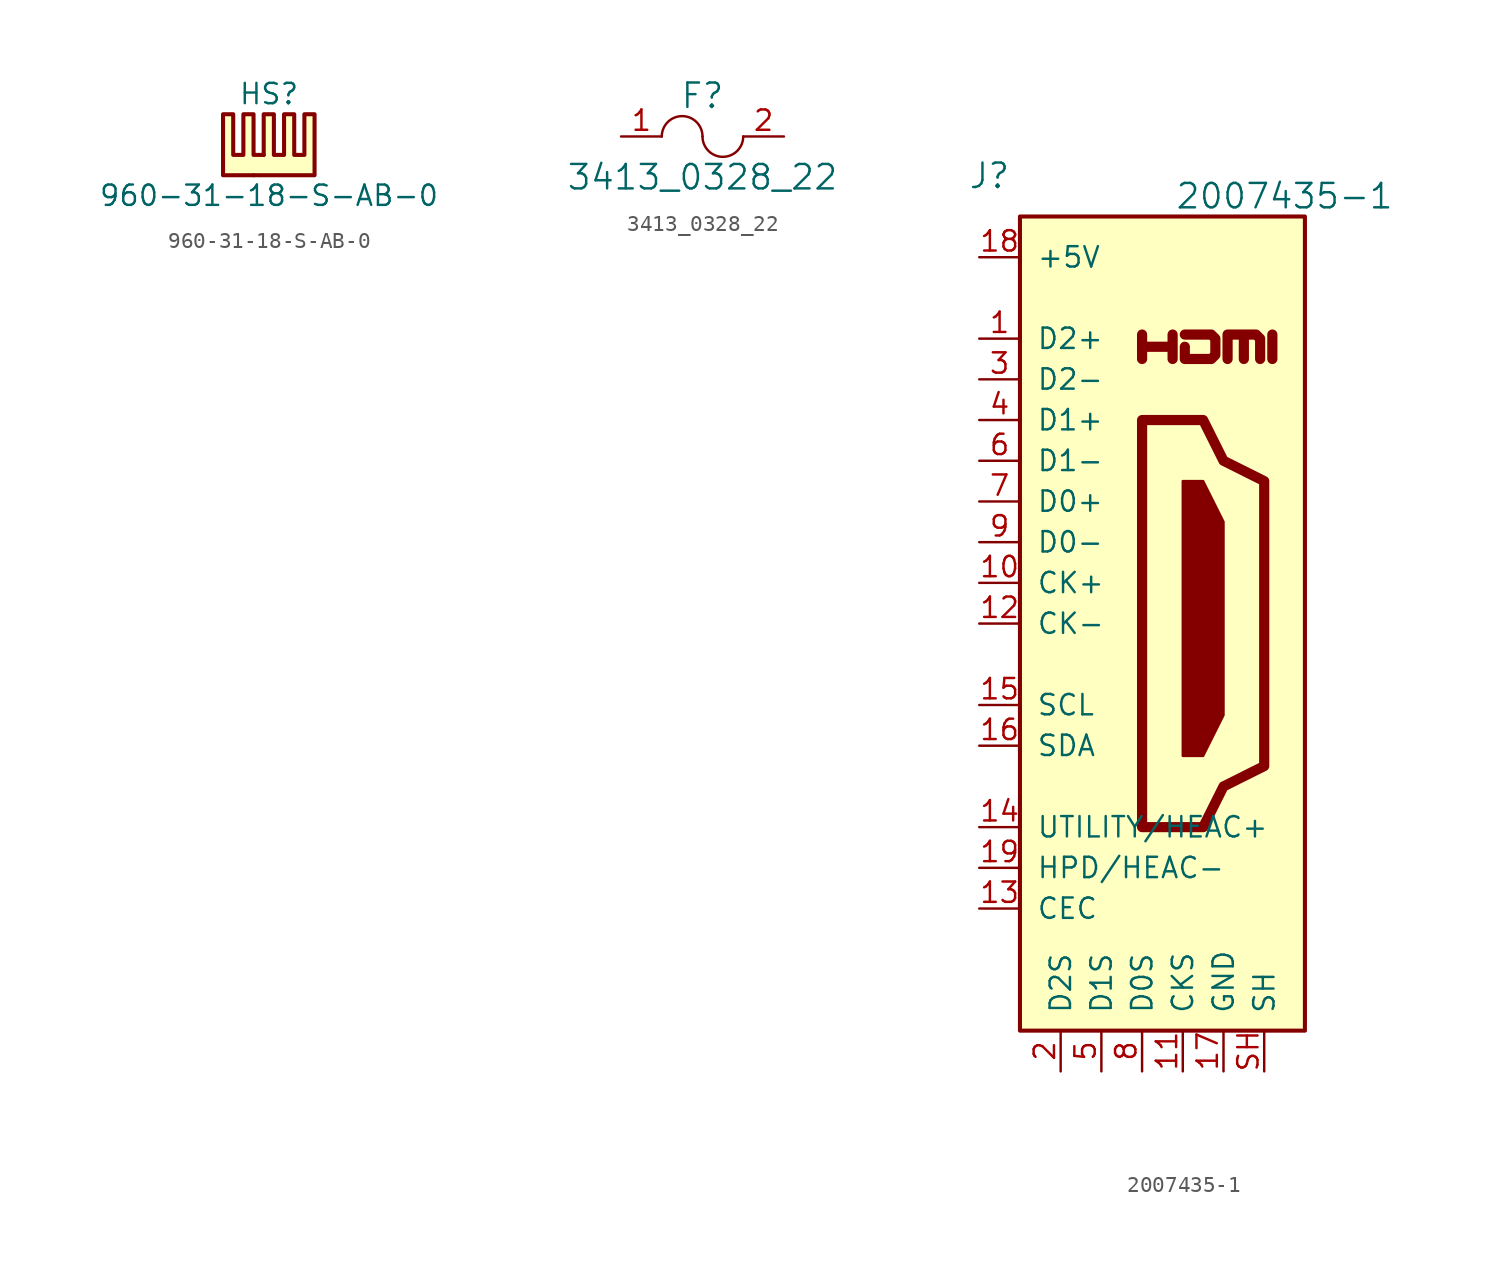
<source format=kicad_sym>
(kicad_symbol_lib
  (version 20211014)
  (generator kicad_symbol_editor)
  (symbol "960-31-18-S-AB-0"
    (pin_names
      (offset 1.016))
    (property "Reference" "HS"
      (at 0 5.08 0)
      (effects (font (size 1.27 1.27))))
    (property "Value" "960-31-18-S-AB-0"
      (at 0 -1.27 0)
      (effects (font (size 1.27 1.27))))
    (symbol "960-31-18-S-AB-0_0_1"
      (polyline (pts (xy -0.33 1.27) (xy -0.965 1.27) (xy -0.965 3.81) (xy -1.6 3.81) (xy -1.6 1.27) (xy -2.235 1.27) (xy -2.235 3.81) (xy -2.87 3.81) (xy -2.87 0) (xy -0.965 0)) (stroke (width 0.254) (type default) (color 0 0 0 0)) (fill (type background)))
      (polyline (pts (xy -0.33 1.27) (xy -0.33 3.81) (xy 0.305 3.81) (xy 0.305 1.27) (xy 0.94 1.27) (xy 0.94 3.81) (xy 1.575 3.81) (xy 1.575 1.27) (xy 2.21 1.27) (xy 2.21 3.81) (xy 2.845 3.81) (xy 2.845 0) (xy -0.965 0)) (stroke (width 0.254) (type default) (color 0 0 0 0)) (fill (type background)))))
  (symbol "3413_0328_22"
    (pin_names
      (offset 1.016))
    (property "Reference" "F"
      (at 0 2.54 0)
      (effects (font (size 1.524 1.524))))
    (property "Value" "3413_0328_22"
      (at 0 -2.54 0)
      (effects (font (size 1.524 1.524))))
    (symbol "3413_0328_22_0_1"
      (arc (start 0 0) (mid -1.27 1.27) (end -2.54 0) (stroke (width 0) (type default) (color 0 0 0 0)) (fill (type none)))
      (arc (start 0 0) (mid 1.27 -1.27) (end 2.54 0) (stroke (width 0) (type default) (color 0 0 0 0)) (fill (type none))))
    (symbol "3413_0328_22_1_1"
      (pin output line (at -5.08 0 0) (length 2.54) (name "~" (effects (font (size 1.27 1.27)))) (number "1" (effects (font (size 1.27 1.27)))))
      (pin output line (at 5.08 0 180) (length 2.54) (name "~" (effects (font (size 1.27 1.27)))) (number "2" (effects (font (size 1.27 1.27)))))))
  (symbol "2007435-1"
    (pin_names
      (offset 1.016))
    (property "Reference" "J"
      (at -9.525 30.48 0)
      (effects (font (size 1.524 1.524))))
    (property "Value" "2007435-1"
      (at 8.89 29.21 0)
      (effects (font (size 1.524 1.524))))
    (symbol "2007435-1_0_0"
      (polyline (pts (xy 8.128 19.05) (xy 8.128 20.574)) (stroke (width 0.635) (type default) (color 0 0 0 0)) (fill (type none)))
      (polyline (pts (xy 0 19.05) (xy 0 20.574) (xy 0 19.812) (xy 1.905 19.812) (xy 1.905 20.574) (xy 1.905 19.05)) (stroke (width 0.635) (type default) (color 0 0 0 0)) (fill (type none)))
      (polyline (pts (xy 2.667 20.574) (xy 4.318 20.574) (xy 4.572 20.32) (xy 4.572 19.304) (xy 4.318 19.05) (xy 2.667 19.05) (xy 2.667 19.812)) (stroke (width 0.635) (type default) (color 0 0 0 0)) (fill (type none))))
    (symbol "2007435-1_0_1"
      (rectangle (start -7.62 27.94) (end 10.16 -22.86) (stroke (width 0.254) (type default) (color 0 0 0 0)) (fill (type background)))
      (polyline (pts (xy 2.54 11.43) (xy 3.81 11.43) (xy 5.08 8.89) (xy 5.08 -3.175) (xy 3.81 -5.715) (xy 2.54 -5.715) (xy 2.54 11.43)) (stroke (width 0) (type default) (color 0 0 0 0)) (fill (type outline)))
      (polyline (pts (xy 5.334 19.05) (xy 5.334 20.574) (xy 6.35 20.574) (xy 6.35 19.05) (xy 6.35 20.574) (xy 7.112 20.574) (xy 7.366 20.32) (xy 7.366 19.05)) (stroke (width 0.635) (type default) (color 0 0 0 0)) (fill (type none)))
      (polyline (pts (xy 0 15.24) (xy 0 -10.16) (xy 3.81 -10.16) (xy 5.08 -7.62) (xy 7.62 -6.35) (xy 7.62 11.43) (xy 5.08 12.7) (xy 3.81 15.24) (xy 0 15.24)) (stroke (width 0.635) (type default) (color 0 0 0 0)) (fill (type none))))
    (symbol "2007435-1_1_1"
      (pin passive line (at -10.16 20.32 0) (length 2.54) (name "D2+" (effects (font (size 1.27 1.27)))) (number "1" (effects (font (size 1.27 1.27)))))
      (pin passive line (at -10.16 5.08 0) (length 2.54) (name "CK+" (effects (font (size 1.27 1.27)))) (number "10" (effects (font (size 1.27 1.27)))))
      (pin power_in line (at 2.54 -25.4 90) (length 2.54) (name "CKS" (effects (font (size 1.27 1.27)))) (number "11" (effects (font (size 1.27 1.27)))))
      (pin passive line (at -10.16 2.54 0) (length 2.54) (name "CK-" (effects (font (size 1.27 1.27)))) (number "12" (effects (font (size 1.27 1.27)))))
      (pin bidirectional line (at -10.16 -15.24 0) (length 2.54) (name "CEC" (effects (font (size 1.27 1.27)))) (number "13" (effects (font (size 1.27 1.27)))))
      (pin passive line (at -10.16 -10.16 0) (length 2.54) (name "UTILITY/HEAC+" (effects (font (size 1.27 1.27)))) (number "14" (effects (font (size 1.27 1.27)))) (alternate "HEAC+" passive line) (alternate "UTILITY" passive line))
      (pin passive line (at -10.16 -2.54 0) (length 2.54) (name "SCL" (effects (font (size 1.27 1.27)))) (number "15" (effects (font (size 1.27 1.27)))))
      (pin bidirectional line (at -10.16 -5.08 0) (length 2.54) (name "SDA" (effects (font (size 1.27 1.27)))) (number "16" (effects (font (size 1.27 1.27)))))
      (pin power_in line (at 5.08 -25.4 90) (length 2.54) (name "GND" (effects (font (size 1.27 1.27)))) (number "17" (effects (font (size 1.27 1.27)))))
      (pin power_in line (at -10.16 25.4 0) (length 2.54) (name "+5V" (effects (font (size 1.27 1.27)))) (number "18" (effects (font (size 1.27 1.27)))))
      (pin passive line (at -10.16 -12.7 0) (length 2.54) (name "HPD/HEAC-" (effects (font (size 1.27 1.27)))) (number "19" (effects (font (size 1.27 1.27)))) (alternate "HEAC-" passive line) (alternate "HPD" passive line))
      (pin power_in line (at -5.08 -25.4 90) (length 2.54) (name "D2S" (effects (font (size 1.27 1.27)))) (number "2" (effects (font (size 1.27 1.27)))))
      (pin passive line (at -10.16 17.78 0) (length 2.54) (name "D2-" (effects (font (size 1.27 1.27)))) (number "3" (effects (font (size 1.27 1.27)))))
      (pin passive line (at -10.16 15.24 0) (length 2.54) (name "D1+" (effects (font (size 1.27 1.27)))) (number "4" (effects (font (size 1.27 1.27)))))
      (pin power_in line (at -2.54 -25.4 90) (length 2.54) (name "D1S" (effects (font (size 1.27 1.27)))) (number "5" (effects (font (size 1.27 1.27)))))
      (pin passive line (at -10.16 12.7 0) (length 2.54) (name "D1-" (effects (font (size 1.27 1.27)))) (number "6" (effects (font (size 1.27 1.27)))))
      (pin passive line (at -10.16 10.16 0) (length 2.54) (name "D0+" (effects (font (size 1.27 1.27)))) (number "7" (effects (font (size 1.27 1.27)))))
      (pin power_in line (at 0 -25.4 90) (length 2.54) (name "D0S" (effects (font (size 1.27 1.27)))) (number "8" (effects (font (size 1.27 1.27)))))
      (pin passive line (at -10.16 7.62 0) (length 2.54) (name "D0-" (effects (font (size 1.27 1.27)))) (number "9" (effects (font (size 1.27 1.27)))))
      (pin passive line (at 7.62 -25.4 90) (length 2.54) (name "SH" (effects (font (size 1.27 1.27)))) (number "SH" (effects (font (size 1.27 1.27))))))))
</source>
